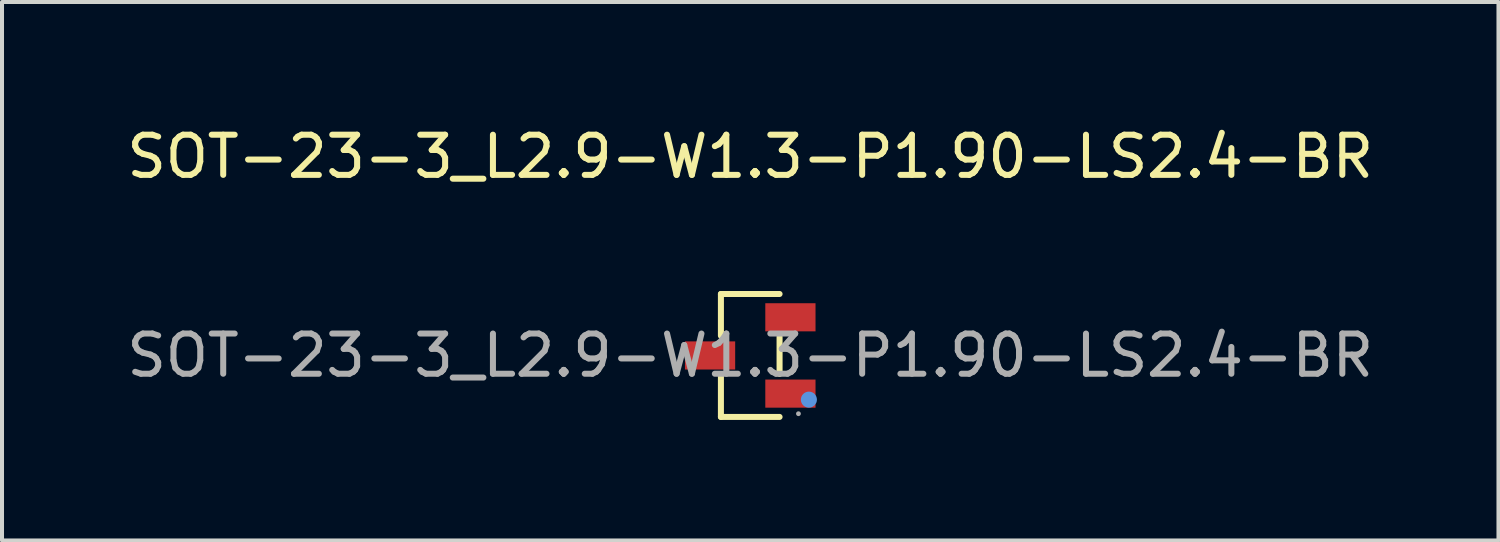
<source format=kicad_pcb>
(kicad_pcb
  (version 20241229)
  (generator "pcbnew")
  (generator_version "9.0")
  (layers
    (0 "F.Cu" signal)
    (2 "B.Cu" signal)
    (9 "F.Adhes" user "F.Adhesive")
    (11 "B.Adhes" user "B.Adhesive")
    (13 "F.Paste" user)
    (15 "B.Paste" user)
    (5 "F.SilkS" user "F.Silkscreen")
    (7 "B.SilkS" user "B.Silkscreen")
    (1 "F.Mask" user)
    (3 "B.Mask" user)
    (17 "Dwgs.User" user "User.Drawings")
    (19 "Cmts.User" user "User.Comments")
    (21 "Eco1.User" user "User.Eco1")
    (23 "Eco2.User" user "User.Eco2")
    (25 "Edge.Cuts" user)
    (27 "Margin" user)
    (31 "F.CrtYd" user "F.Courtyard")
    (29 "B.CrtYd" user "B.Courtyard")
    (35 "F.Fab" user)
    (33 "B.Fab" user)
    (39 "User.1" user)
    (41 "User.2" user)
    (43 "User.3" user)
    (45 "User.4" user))
  (footprint "SOT-23-3_L2.9-W1.3-P1.90-LS2.4-BR"
    (layer "F.Cu")
    (at 15.625 5.798)
    (property "Reference" "SOT-23-3_L2.9-W1.3-P1.90-LS2.4-BR" (at 0 -4.95 0) (layer "F.SilkS") (effects (font (size 1 1) (thickness 0.15))))
    (attr through_hole)
    (fp_line (start -0.73 -1.53) (end -0.73 -0.49) (stroke (width 0.15) (type solid)) (layer "F.SilkS"))
    (fp_line (start -0.73 1.53) (end -0.73 0.49) (stroke (width 0.15) (type solid)) (layer "F.SilkS"))
    (fp_line (start 0.73 -1.53) (end -0.73 -1.53) (stroke (width 0.15) (type solid)) (layer "F.SilkS"))
    (fp_line (start 0.73 -0.46) (end 0.73 0.46) (stroke (width 0.15) (type solid)) (layer "F.SilkS"))
    (fp_line (start 0.73 1.53) (end -0.73 1.53) (stroke (width 0.15) (type solid)) (layer "F.SilkS"))
    (fp_circle (center 1.46 1.1) (end 1.56 1.1) (stroke (width 0.2) (type solid)) (fill no) (layer "Cmts.User"))
    (fp_circle (center 1.2 1.45) (end 1.23 1.45) (stroke (width 0.06) (type solid)) (fill no) (layer "F.Fab"))
    (fp_text user "${REFERENCE}" (at 0 0 0) (layer "F.Fab") (effects (font (size 1 1) (thickness 0.15))))
    (pad "1" smd rect (at 1 0.95) (size 1.25 0.7) (layers "F.Cu" "F.Mask" "F.Paste"))
    (pad "2" smd rect (at 1 -0.95) (size 1.25 0.7) (layers "F.Cu" "F.Mask" "F.Paste"))
    (pad "3" smd rect (at -1 0) (size 1.25 0.7) (layers "F.Cu" "F.Mask" "F.Paste")))
  (gr_rect
    (start -3 -3)
    (end 34.25 10.403)
    (stroke (width 0.1) (type default))
    (fill no)
    (layer "Edge.Cuts")))
</source>
